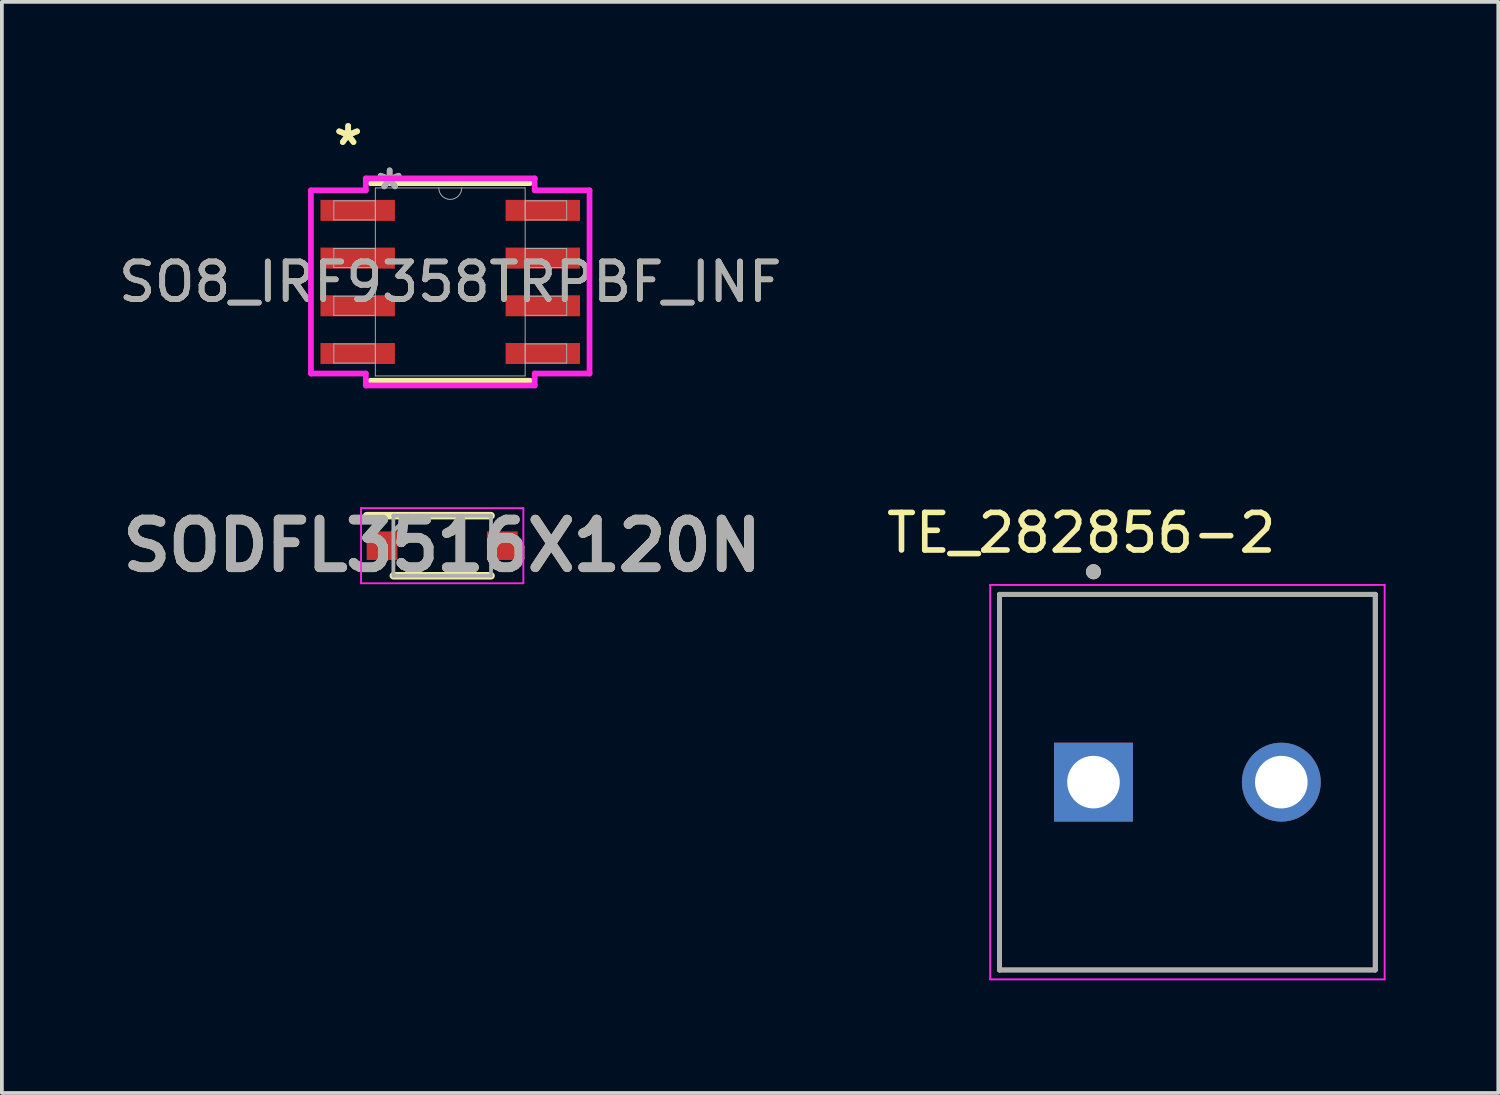
<source format=kicad_pcb>
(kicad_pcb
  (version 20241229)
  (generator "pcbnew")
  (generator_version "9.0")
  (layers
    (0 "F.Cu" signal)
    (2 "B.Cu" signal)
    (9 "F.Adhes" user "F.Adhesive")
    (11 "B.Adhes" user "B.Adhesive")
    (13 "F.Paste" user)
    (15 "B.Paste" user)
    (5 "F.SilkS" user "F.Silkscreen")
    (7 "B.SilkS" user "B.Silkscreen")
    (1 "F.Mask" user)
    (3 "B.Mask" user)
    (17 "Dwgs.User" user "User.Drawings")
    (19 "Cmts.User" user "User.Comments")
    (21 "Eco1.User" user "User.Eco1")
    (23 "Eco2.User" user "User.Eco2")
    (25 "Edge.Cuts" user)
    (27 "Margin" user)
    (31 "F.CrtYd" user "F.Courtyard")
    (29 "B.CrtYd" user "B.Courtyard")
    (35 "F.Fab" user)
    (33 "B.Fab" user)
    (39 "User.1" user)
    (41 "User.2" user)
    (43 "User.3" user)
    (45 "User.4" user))
  (footprint "SO8_IRF9358TRPBF_INF"
    (layer "F.Cu")
    (at 8.935 4.455)
    (property "Reference" "SO8_IRF9358TRPBF_INF" (at 0 0 0) (unlocked yes) (layer "F.SilkS") (effects (font (size 1 1) (thickness 0.15))))
    (attr smd)
    (fp_line (start -2.121 2.629) (end 2.121 2.629) (stroke (width 0.152) (type solid)) (layer "F.SilkS"))
    (fp_line (start 2.121 -2.629) (end -2.121 -2.629) (stroke (width 0.152) (type solid)) (layer "F.SilkS"))
    (fp_line (start -3.708 -2.438) (end -2.248 -2.438) (stroke (width 0.152) (type solid)) (layer "F.CrtYd"))
    (fp_line (start -3.708 2.438) (end -3.708 -2.438) (stroke (width 0.152) (type solid)) (layer "F.CrtYd"))
    (fp_line (start -3.708 2.438) (end -2.248 2.438) (stroke (width 0.152) (type solid)) (layer "F.CrtYd"))
    (fp_line (start -2.248 -2.756) (end 2.248 -2.756) (stroke (width 0.152) (type solid)) (layer "F.CrtYd"))
    (fp_line (start -2.248 -2.438) (end -2.248 -2.756) (stroke (width 0.152) (type solid)) (layer "F.CrtYd"))
    (fp_line (start -2.248 2.756) (end -2.248 2.438) (stroke (width 0.152) (type solid)) (layer "F.CrtYd"))
    (fp_line (start 2.248 -2.756) (end 2.248 -2.438) (stroke (width 0.152) (type solid)) (layer "F.CrtYd"))
    (fp_line (start 2.248 2.438) (end 2.248 2.756) (stroke (width 0.152) (type solid)) (layer "F.CrtYd"))
    (fp_line (start 2.248 2.756) (end -2.248 2.756) (stroke (width 0.152) (type solid)) (layer "F.CrtYd"))
    (fp_line (start 3.708 -2.438) (end 2.248 -2.438) (stroke (width 0.152) (type solid)) (layer "F.CrtYd"))
    (fp_line (start 3.708 -2.438) (end 3.708 2.438) (stroke (width 0.152) (type solid)) (layer "F.CrtYd"))
    (fp_line (start 3.708 2.438) (end 2.248 2.438) (stroke (width 0.152) (type solid)) (layer "F.CrtYd"))
    (fp_line (start -3.099 -2.159) (end -3.099 -1.651) (stroke (width 0.025) (type solid)) (layer "F.Fab"))
    (fp_line (start -3.099 -1.651) (end -1.994 -1.651) (stroke (width 0.025) (type solid)) (layer "F.Fab"))
    (fp_line (start -3.099 -0.889) (end -3.099 -0.381) (stroke (width 0.025) (type solid)) (layer "F.Fab"))
    (fp_line (start -3.099 -0.381) (end -1.994 -0.381) (stroke (width 0.025) (type solid)) (layer "F.Fab"))
    (fp_line (start -3.099 0.381) (end -3.099 0.889) (stroke (width 0.025) (type solid)) (layer "F.Fab"))
    (fp_line (start -3.099 0.889) (end -1.994 0.889) (stroke (width 0.025) (type solid)) (layer "F.Fab"))
    (fp_line (start -3.099 1.651) (end -3.099 2.159) (stroke (width 0.025) (type solid)) (layer "F.Fab"))
    (fp_line (start -3.099 2.159) (end -1.994 2.159) (stroke (width 0.025) (type solid)) (layer "F.Fab"))
    (fp_line (start -1.994 -2.502) (end -1.994 2.502) (stroke (width 0.025) (type solid)) (layer "F.Fab"))
    (fp_line (start -1.994 -2.159) (end -3.099 -2.159) (stroke (width 0.025) (type solid)) (layer "F.Fab"))
    (fp_line (start -1.994 -1.651) (end -1.994 -2.159) (stroke (width 0.025) (type solid)) (layer "F.Fab"))
    (fp_line (start -1.994 -0.889) (end -3.099 -0.889) (stroke (width 0.025) (type solid)) (layer "F.Fab"))
    (fp_line (start -1.994 -0.381) (end -1.994 -0.889) (stroke (width 0.025) (type solid)) (layer "F.Fab"))
    (fp_line (start -1.994 0.381) (end -3.099 0.381) (stroke (width 0.025) (type solid)) (layer "F.Fab"))
    (fp_line (start -1.994 0.889) (end -1.994 0.381) (stroke (width 0.025) (type solid)) (layer "F.Fab"))
    (fp_line (start -1.994 1.651) (end -3.099 1.651) (stroke (width 0.025) (type solid)) (layer "F.Fab"))
    (fp_line (start -1.994 2.159) (end -1.994 1.651) (stroke (width 0.025) (type solid)) (layer "F.Fab"))
    (fp_line (start -1.994 2.502) (end 1.994 2.502) (stroke (width 0.025) (type solid)) (layer "F.Fab"))
    (fp_line (start 1.994 -2.502) (end -1.994 -2.502) (stroke (width 0.025) (type solid)) (layer "F.Fab"))
    (fp_line (start 1.994 -2.159) (end 1.994 -1.651) (stroke (width 0.025) (type solid)) (layer "F.Fab"))
    (fp_line (start 1.994 -1.651) (end 3.099 -1.651) (stroke (width 0.025) (type solid)) (layer "F.Fab"))
    (fp_line (start 1.994 -0.889) (end 1.994 -0.381) (stroke (width 0.025) (type solid)) (layer "F.Fab"))
    (fp_line (start 1.994 -0.381) (end 3.099 -0.381) (stroke (width 0.025) (type solid)) (layer "F.Fab"))
    (fp_line (start 1.994 0.381) (end 1.994 0.889) (stroke (width 0.025) (type solid)) (layer "F.Fab"))
    (fp_line (start 1.994 0.889) (end 3.099 0.889) (stroke (width 0.025) (type solid)) (layer "F.Fab"))
    (fp_line (start 1.994 1.651) (end 1.994 2.159) (stroke (width 0.025) (type solid)) (layer "F.Fab"))
    (fp_line (start 1.994 2.159) (end 3.099 2.159) (stroke (width 0.025) (type solid)) (layer "F.Fab"))
    (fp_line (start 1.994 2.502) (end 1.994 -2.502) (stroke (width 0.025) (type solid)) (layer "F.Fab"))
    (fp_line (start 3.099 -2.159) (end 1.994 -2.159) (stroke (width 0.025) (type solid)) (layer "F.Fab"))
    (fp_line (start 3.099 -1.651) (end 3.099 -2.159) (stroke (width 0.025) (type solid)) (layer "F.Fab"))
    (fp_line (start 3.099 -0.889) (end 1.994 -0.889) (stroke (width 0.025) (type solid)) (layer "F.Fab"))
    (fp_line (start 3.099 -0.381) (end 3.099 -0.889) (stroke (width 0.025) (type solid)) (layer "F.Fab"))
    (fp_line (start 3.099 0.381) (end 1.994 0.381) (stroke (width 0.025) (type solid)) (layer "F.Fab"))
    (fp_line (start 3.099 0.889) (end 3.099 0.381) (stroke (width 0.025) (type solid)) (layer "F.Fab"))
    (fp_line (start 3.099 1.651) (end 1.994 1.651) (stroke (width 0.025) (type solid)) (layer "F.Fab"))
    (fp_line (start 3.099 2.159) (end 3.099 1.651) (stroke (width 0.025) (type solid)) (layer "F.Fab"))
    (fp_arc (start 0.3048 -2.5019) (mid 0 -2.1971) (end -0.3048 -2.5019) (stroke (width 0.0254) (type solid)) (layer "F.Fab"))
    (fp_text user "*" (at -2.718 -3.607 0) (unlocked yes) (layer "F.SilkS") (effects (font (size 1 1) (thickness 0.15))))
    (fp_text user "*" (at -2.718 -3.607 0) (layer "F.SilkS") (effects (font (size 1 1) (thickness 0.15))))
    (fp_text user "*" (at -1.613 -2.426 0) (unlocked yes) (layer "F.Fab") (effects (font (size 1 1) (thickness 0.15))))
    (fp_text user "${REFERENCE}" (at 0 0 0) (unlocked yes) (layer "F.Fab") (effects (font (size 1 1) (thickness 0.15))))
    (fp_text user "*" (at -1.613 -2.426 0) (layer "F.Fab") (effects (font (size 1 1) (thickness 0.15))))
    (pad "1" smd rect (at -2.464 -1.905) (size 1.981 0.559) (layers "F.Cu" "F.Mask" "F.Paste"))
    (pad "2" smd rect (at -2.464 -0.635) (size 1.981 0.559) (layers "F.Cu" "F.Mask" "F.Paste"))
    (pad "3" smd rect (at -2.464 0.635) (size 1.981 0.559) (layers "F.Cu" "F.Mask" "F.Paste"))
    (pad "4" smd rect (at -2.464 1.905) (size 1.981 0.559) (layers "F.Cu" "F.Mask" "F.Paste"))
    (pad "5" smd rect (at 2.464 1.905) (size 1.981 0.559) (layers "F.Cu" "F.Mask" "F.Paste"))
    (pad "6" smd rect (at 2.464 0.635) (size 1.981 0.559) (layers "F.Cu" "F.Mask" "F.Paste"))
    (pad "7" smd rect (at 2.464 -0.635) (size 1.981 0.559) (layers "F.Cu" "F.Mask" "F.Paste"))
    (pad "8" smd rect (at 2.464 -1.905) (size 1.981 0.559) (layers "F.Cu" "F.Mask" "F.Paste")))
  (footprint "TE_282856-2"
    (layer "F.Cu")
    (at 28.558 17.77)
    (property "Reference" "TE_282856-2" (at -2.825 -6.635 0) (layer "F.SilkS") (effects (font (size 1 1) (thickness 0.15))))
    (attr through_hole)
    (fp_line (start -5 -5) (end 5 -5) (stroke (width 0.127) (type solid)) (layer "F.SilkS"))
    (fp_line (start -5 5) (end -5 -5) (stroke (width 0.127) (type solid)) (layer "F.SilkS"))
    (fp_line (start 5 -5) (end 5 5) (stroke (width 0.127) (type solid)) (layer "F.SilkS"))
    (fp_line (start 5 5) (end -5 5) (stroke (width 0.127) (type solid)) (layer "F.SilkS"))
    (fp_circle (center -2.5 -5.6) (end -2.4 -5.6) (stroke (width 0.2) (type solid)) (fill no) (layer "F.SilkS"))
    (fp_line (start -5.25 -5.25) (end 5.25 -5.25) (stroke (width 0.05) (type solid)) (layer "F.CrtYd"))
    (fp_line (start -5.25 5.25) (end -5.25 -5.25) (stroke (width 0.05) (type solid)) (layer "F.CrtYd"))
    (fp_line (start 5.25 -5.25) (end 5.25 5.25) (stroke (width 0.05) (type solid)) (layer "F.CrtYd"))
    (fp_line (start 5.25 5.25) (end -5.25 5.25) (stroke (width 0.05) (type solid)) (layer "F.CrtYd"))
    (fp_line (start -5 -5) (end 5 -5) (stroke (width 0.127) (type solid)) (layer "F.Fab"))
    (fp_line (start -5 5) (end -5 -5) (stroke (width 0.127) (type solid)) (layer "F.Fab"))
    (fp_line (start 5 -5) (end 5 5) (stroke (width 0.127) (type solid)) (layer "F.Fab"))
    (fp_line (start 5 5) (end -5 5) (stroke (width 0.127) (type solid)) (layer "F.Fab"))
    (fp_circle (center -2.5 -5.6) (end -2.4 -5.6) (stroke (width 0.2) (type solid)) (fill no) (layer "F.Fab"))
    (pad "1" thru_hole rect (at -2.5 0) (size 2.1 2.1) (drill 1.4) (layers "*.Cu" "*.Mask"))
    (pad "2" thru_hole circle (at 2.5 0) (size 2.1 2.1) (drill 1.4) (layers "*.Cu" "*.Mask")))
  (footprint "SODFL3516X120N"
    (layer "F.Cu")
    (at 8.721 11.476)
    (property "Reference" "SODFL3516X120N" (at 0 0 0) (layer "F.SilkS") (effects (font (size 1.27 1.27) (thickness 0.254))))
    (attr smd)
    (fp_line (start -2.01 -0.8) (end 1.3 -0.8) (stroke (width 0.2) (type solid)) (layer "F.SilkS"))
    (fp_line (start -1.3 0.8) (end 1.3 0.8) (stroke (width 0.2) (type solid)) (layer "F.SilkS"))
    (fp_line (start -2.16 -1) (end 2.16 -1) (stroke (width 0.05) (type solid)) (layer "F.CrtYd"))
    (fp_line (start -2.16 1) (end -2.16 -1) (stroke (width 0.05) (type solid)) (layer "F.CrtYd"))
    (fp_line (start 2.16 -1) (end 2.16 1) (stroke (width 0.05) (type solid)) (layer "F.CrtYd"))
    (fp_line (start 2.16 1) (end -2.16 1) (stroke (width 0.05) (type solid)) (layer "F.CrtYd"))
    (fp_line (start -1.3 -0.8) (end 1.3 -0.8) (stroke (width 0.1) (type solid)) (layer "F.Fab"))
    (fp_line (start -1.3 -0.39) (end -0.89 -0.8) (stroke (width 0.1) (type solid)) (layer "F.Fab"))
    (fp_line (start -1.3 0.8) (end -1.3 -0.8) (stroke (width 0.1) (type solid)) (layer "F.Fab"))
    (fp_line (start 1.3 -0.8) (end 1.3 0.8) (stroke (width 0.1) (type solid)) (layer "F.Fab"))
    (fp_line (start 1.3 0.8) (end -1.3 0.8) (stroke (width 0.1) (type solid)) (layer "F.Fab"))
    (fp_text user "${REFERENCE}" (at 0 0 0) (layer "F.Fab") (effects (font (size 1.27 1.27) (thickness 0.254))))
    (pad "1" smd rect (at -1.6 0 90) (size 0.76 0.82) (layers "F.Cu" "F.Mask" "F.Paste"))
    (pad "2" smd rect (at 1.6 0 90) (size 0.76 0.82) (layers "F.Cu" "F.Mask" "F.Paste")))
  (gr_rect
    (start -3 -3)
    (end 36.833 26.045)
    (stroke (width 0.1) (type default))
    (fill no)
    (layer "Edge.Cuts")))
</source>
